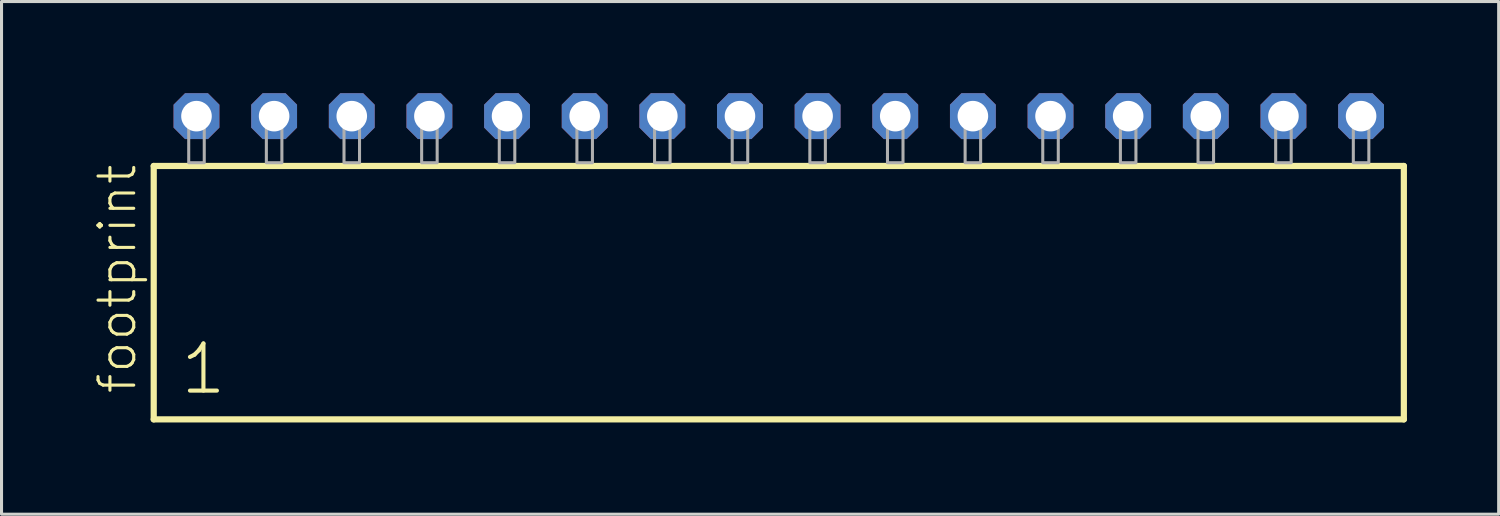
<source format=kicad_pcb>
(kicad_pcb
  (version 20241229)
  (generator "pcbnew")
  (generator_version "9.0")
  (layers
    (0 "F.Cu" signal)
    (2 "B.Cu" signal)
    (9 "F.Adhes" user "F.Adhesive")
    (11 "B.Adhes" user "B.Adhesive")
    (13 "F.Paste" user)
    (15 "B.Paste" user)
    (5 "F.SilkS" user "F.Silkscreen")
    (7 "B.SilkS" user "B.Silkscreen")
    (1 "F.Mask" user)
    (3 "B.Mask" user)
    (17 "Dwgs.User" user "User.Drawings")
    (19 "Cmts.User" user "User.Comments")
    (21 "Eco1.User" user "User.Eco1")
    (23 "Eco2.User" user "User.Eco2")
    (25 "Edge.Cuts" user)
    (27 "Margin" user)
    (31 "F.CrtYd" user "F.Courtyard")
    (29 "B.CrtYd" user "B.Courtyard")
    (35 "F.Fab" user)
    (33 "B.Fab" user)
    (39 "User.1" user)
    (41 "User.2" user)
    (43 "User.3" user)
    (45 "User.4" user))
  (footprint "footprint"
    (layer "F.Cu")
    (at 22.428 2.274)
    (property "Reference" "footprint" (at -20.955 7.62 90) (layer "F.SilkS") (effects (font (size 1.168 1.168) (thickness 0.102)) (justify left bottom)))
    (fp_line (start -20.449 0.106) (end -20.449 8.396) (stroke (width 0.203) (type solid)) (layer "F.SilkS"))
    (fp_line (start -20.449 8.396) (end 20.449 8.396) (stroke (width 0.203) (type solid)) (layer "F.SilkS"))
    (fp_line (start 20.449 0.106) (end -20.449 0.106) (stroke (width 0.203) (type solid)) (layer "F.SilkS"))
    (fp_line (start 20.449 8.396) (end 20.449 0.106) (stroke (width 0.203) (type solid)) (layer "F.SilkS"))
    (fp_poly (pts (xy -19.304 0) (xy -18.796 0) (xy -18.796 -1.778) (xy -19.304 -1.778)) (stroke (width 0.1) (type solid)) (fill no) (layer "F.Fab"))
    (fp_poly (pts (xy -16.764 0) (xy -16.256 0) (xy -16.256 -1.778) (xy -16.764 -1.778)) (stroke (width 0.1) (type solid)) (fill no) (layer "F.Fab"))
    (fp_poly (pts (xy -14.224 0) (xy -13.716 0) (xy -13.716 -1.778) (xy -14.224 -1.778)) (stroke (width 0.1) (type solid)) (fill no) (layer "F.Fab"))
    (fp_poly (pts (xy -11.684 0) (xy -11.176 0) (xy -11.176 -1.778) (xy -11.684 -1.778)) (stroke (width 0.1) (type solid)) (fill no) (layer "F.Fab"))
    (fp_poly (pts (xy -9.144 0) (xy -8.636 0) (xy -8.636 -1.778) (xy -9.144 -1.778)) (stroke (width 0.1) (type solid)) (fill no) (layer "F.Fab"))
    (fp_poly (pts (xy -6.604 0) (xy -6.096 0) (xy -6.096 -1.778) (xy -6.604 -1.778)) (stroke (width 0.1) (type solid)) (fill no) (layer "F.Fab"))
    (fp_poly (pts (xy -4.064 0) (xy -3.556 0) (xy -3.556 -1.778) (xy -4.064 -1.778)) (stroke (width 0.1) (type solid)) (fill no) (layer "F.Fab"))
    (fp_poly (pts (xy -1.524 0) (xy -1.016 0) (xy -1.016 -1.778) (xy -1.524 -1.778)) (stroke (width 0.1) (type solid)) (fill no) (layer "F.Fab"))
    (fp_poly (pts (xy 1.016 0) (xy 1.524 0) (xy 1.524 -1.778) (xy 1.016 -1.778)) (stroke (width 0.1) (type solid)) (fill no) (layer "F.Fab"))
    (fp_poly (pts (xy 3.556 0) (xy 4.064 0) (xy 4.064 -1.778) (xy 3.556 -1.778)) (stroke (width 0.1) (type solid)) (fill no) (layer "F.Fab"))
    (fp_poly (pts (xy 6.096 0) (xy 6.604 0) (xy 6.604 -1.778) (xy 6.096 -1.778)) (stroke (width 0.1) (type solid)) (fill no) (layer "F.Fab"))
    (fp_poly (pts (xy 8.636 0) (xy 9.144 0) (xy 9.144 -1.778) (xy 8.636 -1.778)) (stroke (width 0.1) (type solid)) (fill no) (layer "F.Fab"))
    (fp_poly (pts (xy 11.176 0) (xy 11.684 0) (xy 11.684 -1.778) (xy 11.176 -1.778)) (stroke (width 0.1) (type solid)) (fill no) (layer "F.Fab"))
    (fp_poly (pts (xy 13.716 0) (xy 14.224 0) (xy 14.224 -1.778) (xy 13.716 -1.778)) (stroke (width 0.1) (type solid)) (fill no) (layer "F.Fab"))
    (fp_poly (pts (xy 16.256 0) (xy 16.764 0) (xy 16.764 -1.778) (xy 16.256 -1.778)) (stroke (width 0.1) (type solid)) (fill no) (layer "F.Fab"))
    (fp_poly (pts (xy 18.796 0) (xy 19.304 0) (xy 19.304 -1.778) (xy 18.796 -1.778)) (stroke (width 0.1) (type solid)) (fill no) (layer "F.Fab"))
    (fp_text user "1" (at -19.645 7.65 0) (layer "F.SilkS") (effects (font (size 1.542 1.542) (thickness 0.134)) (justify left bottom)))
    (pad "1" thru_hole roundrect (at -19.05 -1.524) (size 1.5 1.5) (drill 1) (layers "*.Cu" "*.Mask") (roundrect_rratio 0.25) (chamfer_ratio 0.25) (chamfer top_left top_right bottom_left bottom_right))
    (pad "2" thru_hole roundrect (at -16.51 -1.524) (size 1.5 1.5) (drill 1) (layers "*.Cu" "*.Mask") (roundrect_rratio 0.25) (chamfer_ratio 0.25) (chamfer top_left top_right bottom_left bottom_right))
    (pad "3" thru_hole roundrect (at -13.97 -1.524) (size 1.5 1.5) (drill 1) (layers "*.Cu" "*.Mask") (roundrect_rratio 0.25) (chamfer_ratio 0.25) (chamfer top_left top_right bottom_left bottom_right))
    (pad "4" thru_hole roundrect (at -11.43 -1.524) (size 1.5 1.5) (drill 1) (layers "*.Cu" "*.Mask") (roundrect_rratio 0.25) (chamfer_ratio 0.25) (chamfer top_left top_right bottom_left bottom_right))
    (pad "5" thru_hole roundrect (at -8.89 -1.524) (size 1.5 1.5) (drill 1) (layers "*.Cu" "*.Mask") (roundrect_rratio 0.25) (chamfer_ratio 0.25) (chamfer top_left top_right bottom_left bottom_right))
    (pad "6" thru_hole roundrect (at -6.35 -1.524) (size 1.5 1.5) (drill 1) (layers "*.Cu" "*.Mask") (roundrect_rratio 0.25) (chamfer_ratio 0.25) (chamfer top_left top_right bottom_left bottom_right))
    (pad "7" thru_hole roundrect (at -3.81 -1.524) (size 1.5 1.5) (drill 1) (layers "*.Cu" "*.Mask") (roundrect_rratio 0.25) (chamfer_ratio 0.25) (chamfer top_left top_right bottom_left bottom_right))
    (pad "8" thru_hole roundrect (at -1.27 -1.524) (size 1.5 1.5) (drill 1) (layers "*.Cu" "*.Mask") (roundrect_rratio 0.25) (chamfer_ratio 0.25) (chamfer top_left top_right bottom_left bottom_right))
    (pad "9" thru_hole roundrect (at 1.27 -1.524) (size 1.5 1.5) (drill 1) (layers "*.Cu" "*.Mask") (roundrect_rratio 0.25) (chamfer_ratio 0.25) (chamfer top_left top_right bottom_left bottom_right))
    (pad "10" thru_hole roundrect (at 3.81 -1.524) (size 1.5 1.5) (drill 1) (layers "*.Cu" "*.Mask") (roundrect_rratio 0.25) (chamfer_ratio 0.25) (chamfer top_left top_right bottom_left bottom_right))
    (pad "11" thru_hole roundrect (at 6.35 -1.524) (size 1.5 1.5) (drill 1) (layers "*.Cu" "*.Mask") (roundrect_rratio 0.25) (chamfer_ratio 0.25) (chamfer top_left top_right bottom_left bottom_right))
    (pad "12" thru_hole roundrect (at 8.89 -1.524) (size 1.5 1.5) (drill 1) (layers "*.Cu" "*.Mask") (roundrect_rratio 0.25) (chamfer_ratio 0.25) (chamfer top_left top_right bottom_left bottom_right))
    (pad "13" thru_hole roundrect (at 11.43 -1.524) (size 1.5 1.5) (drill 1) (layers "*.Cu" "*.Mask") (roundrect_rratio 0.25) (chamfer_ratio 0.25) (chamfer top_left top_right bottom_left bottom_right))
    (pad "14" thru_hole roundrect (at 13.97 -1.524) (size 1.5 1.5) (drill 1) (layers "*.Cu" "*.Mask") (roundrect_rratio 0.25) (chamfer_ratio 0.25) (chamfer top_left top_right bottom_left bottom_right))
    (pad "15" thru_hole roundrect (at 16.51 -1.524) (size 1.5 1.5) (drill 1) (layers "*.Cu" "*.Mask") (roundrect_rratio 0.25) (chamfer_ratio 0.25) (chamfer top_left top_right bottom_left bottom_right))
    (pad "16" thru_hole roundrect (at 19.05 -1.524) (size 1.5 1.5) (drill 1) (layers "*.Cu" "*.Mask") (roundrect_rratio 0.25) (chamfer_ratio 0.25) (chamfer top_left top_right bottom_left bottom_right)))
  (gr_rect
    (start -3 -3)
    (end 45.979 13.772)
    (stroke (width 0.1) (type default))
    (fill no)
    (layer "Edge.Cuts")))
</source>
